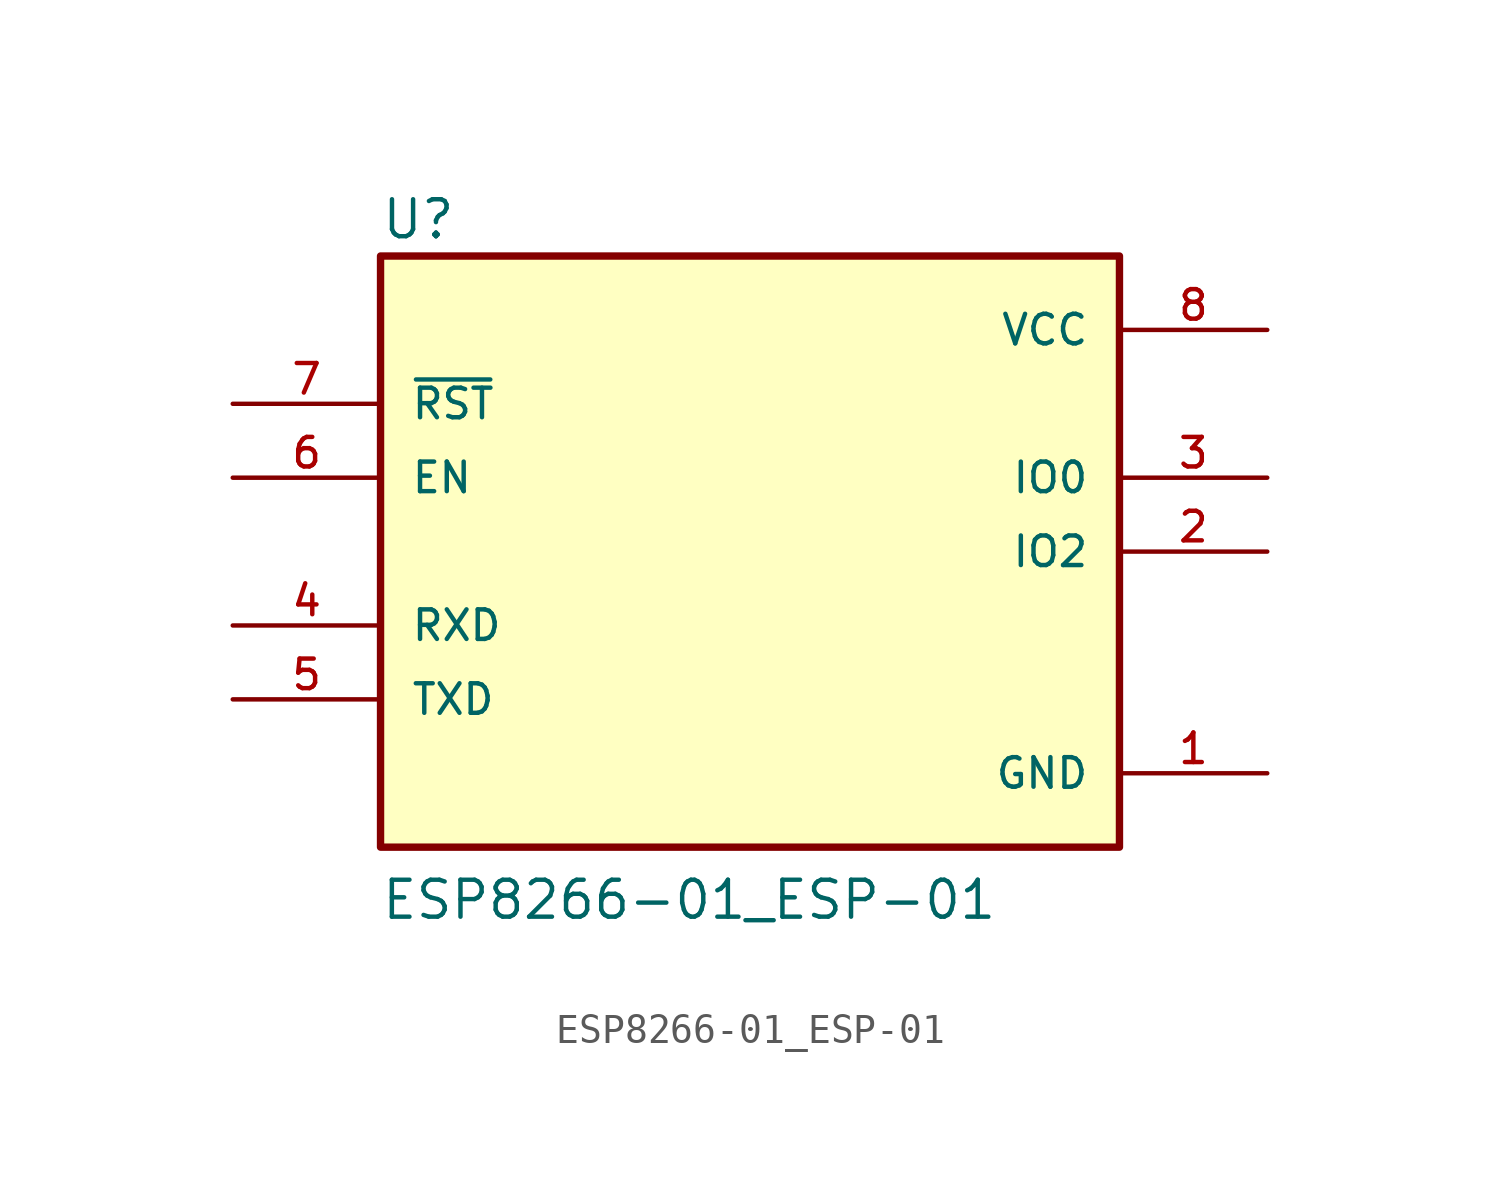
<source format=kicad_sym>
(kicad_symbol_lib
  (version 20211014)
  (generator kicad_symbol_editor)
  (symbol "ESP8266-01_ESP-01"
    (pin_names
      (offset 1.016))
    (property "Reference" "U"
      (at -12.709 10.678 0)
      (effects (font (size 1.27 1.27)) (justify bottom left)))
    (property "Value" "ESP8266-01_ESP-01"
      (at -12.713 -12.713 0)
      (effects (font (size 1.27 1.27)) (justify bottom left)))
    (symbol "ESP8266-01_ESP-01_0_0"
      (rectangle (start -12.7 -10.16) (end 12.7 10.16) (stroke (width 0.254)) (fill (type background)))
      (pin power_in line (at 17.78 7.62 180.0) (length 5.08) (name "VCC" (effects (font (size 1.016 1.016)))) (number "8" (effects (font (size 1.016 1.016)))))
      (pin power_in line (at 17.78 -7.62 180.0) (length 5.08) (name "GND" (effects (font (size 1.016 1.016)))) (number "1" (effects (font (size 1.016 1.016)))))
      (pin output line (at -17.78 -5.08 0) (length 5.08) (name "TXD" (effects (font (size 1.016 1.016)))) (number "5" (effects (font (size 1.016 1.016)))))
      (pin input line (at -17.78 -2.54 0) (length 5.08) (name "RXD" (effects (font (size 1.016 1.016)))) (number "4" (effects (font (size 1.016 1.016)))))
      (pin bidirectional line (at 17.78 2.54 180.0) (length 5.08) (name "IO0" (effects (font (size 1.016 1.016)))) (number "3" (effects (font (size 1.016 1.016)))))
      (pin bidirectional line (at 17.78 0.0 180.0) (length 5.08) (name "IO2" (effects (font (size 1.016 1.016)))) (number "2" (effects (font (size 1.016 1.016)))))
      (pin input line (at -17.78 2.54 0) (length 5.08) (name "EN" (effects (font (size 1.016 1.016)))) (number "6" (effects (font (size 1.016 1.016)))))
      (pin input line (at -17.78 5.08 0) (length 5.08) (name "~{RST}" (effects (font (size 1.016 1.016)))) (number "7" (effects (font (size 1.016 1.016))))))))
</source>
